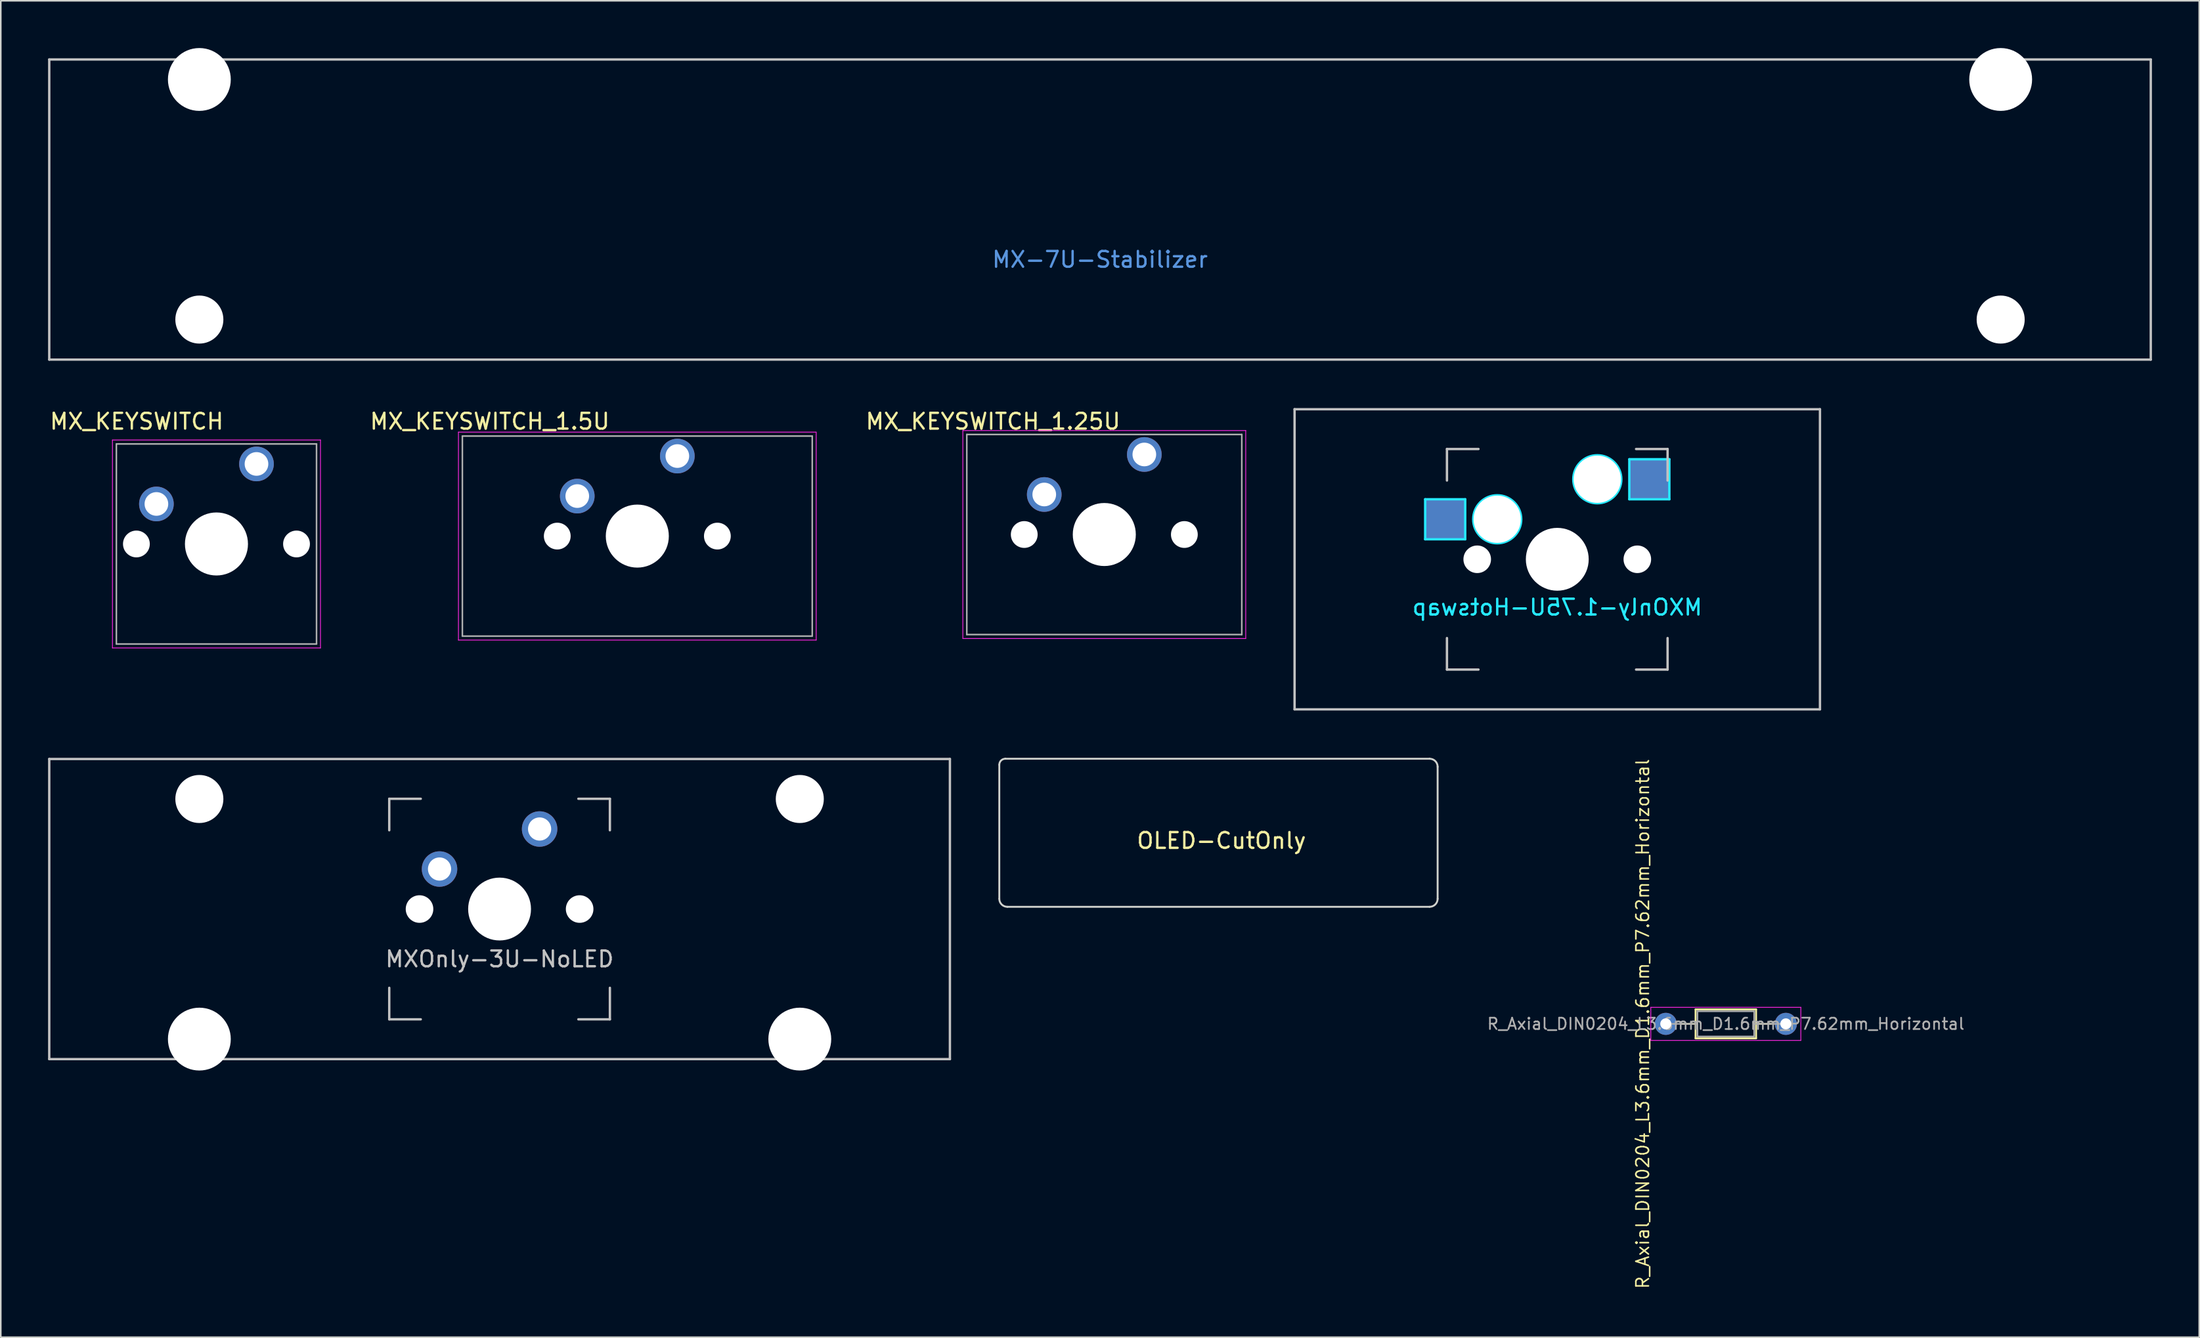
<source format=kicad_pcb>
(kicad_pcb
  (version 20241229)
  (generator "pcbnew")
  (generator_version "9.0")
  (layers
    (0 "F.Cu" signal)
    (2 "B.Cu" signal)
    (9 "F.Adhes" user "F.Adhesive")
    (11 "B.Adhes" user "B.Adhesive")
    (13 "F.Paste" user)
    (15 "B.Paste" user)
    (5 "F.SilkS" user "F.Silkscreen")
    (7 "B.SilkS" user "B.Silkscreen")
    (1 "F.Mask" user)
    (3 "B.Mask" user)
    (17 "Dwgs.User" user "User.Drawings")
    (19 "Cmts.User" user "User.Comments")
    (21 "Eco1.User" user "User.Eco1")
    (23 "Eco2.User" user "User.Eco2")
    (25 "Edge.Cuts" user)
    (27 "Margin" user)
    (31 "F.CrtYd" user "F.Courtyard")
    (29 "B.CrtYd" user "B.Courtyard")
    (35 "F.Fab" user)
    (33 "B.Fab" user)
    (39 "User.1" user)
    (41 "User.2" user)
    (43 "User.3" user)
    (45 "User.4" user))
  (footprint "MX_KEYSWITCH_1.25U"
    (layer "F.Cu")
    (at 66.962 30.897)
    (property "Reference" "MX_KEYSWITCH_1.25U" (at -7 -7.2 0) (layer "F.SilkS") (effects (font (size 1 1) (thickness 0.15))))
    (attr through_hole)
    (fp_line (start -8.915 -6.62) (end 9.035 -6.62) (stroke (width 0.05) (type solid)) (layer "F.CrtYd"))
    (fp_line (start -8.915 6.58) (end -8.915 -6.62) (stroke (width 0.05) (type solid)) (layer "F.CrtYd"))
    (fp_line (start 9.035 -6.62) (end 9.035 6.58) (stroke (width 0.05) (type solid)) (layer "F.CrtYd"))
    (fp_line (start 9.035 6.58) (end -8.915 6.58) (stroke (width 0.05) (type solid)) (layer "F.CrtYd"))
    (fp_line (start -8.665 -6.37) (end 8.785 -6.37) (stroke (width 0.1) (type solid)) (layer "F.Fab"))
    (fp_line (start -8.665 6.33) (end -8.665 -6.37) (stroke (width 0.1) (type solid)) (layer "F.Fab"))
    (fp_line (start 8.785 -6.37) (end 8.785 6.33) (stroke (width 0.1) (type solid)) (layer "F.Fab"))
    (fp_line (start 8.785 6.33) (end -8.665 6.33) (stroke (width 0.1) (type solid)) (layer "F.Fab"))
    (pad "" np_thru_hole circle (at -5.02 -0.02) (size 1.7 1.7) (drill 1.7) (layers "*.Cu" "*.Mask"))
    (pad "" np_thru_hole circle (at 0.06 -0.02) (size 4 4) (drill 4) (layers "*.Cu" "*.Mask"))
    (pad "" np_thru_hole circle (at 5.14 -0.02) (size 1.7 1.7) (drill 1.7) (layers "*.Cu" "*.Mask"))
    (pad "1" thru_hole circle (at 2.6 -5.1) (size 2.2 2.2) (drill 1.5) (layers "*.Cu" "*.Mask"))
    (pad "2" thru_hole circle (at -3.75 -2.56) (size 2.2 2.2) (drill 1.5) (layers "*.Cu" "*.Mask")))
  (footprint "MX_KEYSWITCH_1.5U"
    (layer "F.Cu")
    (at 37.33 30.997)
    (property "Reference" "MX_KEYSWITCH_1.5U" (at -9.3 -7.3 0) (layer "F.SilkS") (effects (font (size 1 1) (thickness 0.15))))
    (attr through_hole)
    (fp_line (start -11.29 -6.62) (end 11.4 -6.62) (stroke (width 0.05) (type solid)) (layer "F.CrtYd"))
    (fp_line (start -11.29 6.58) (end -11.29 -6.62) (stroke (width 0.05) (type solid)) (layer "F.CrtYd"))
    (fp_line (start 11.41 -6.62) (end 11.41 6.58) (stroke (width 0.05) (type solid)) (layer "F.CrtYd"))
    (fp_line (start 11.41 6.58) (end -11.29 6.58) (stroke (width 0.05) (type solid)) (layer "F.CrtYd"))
    (fp_line (start -11.04 -6.37) (end 11.16 -6.37) (stroke (width 0.1) (type solid)) (layer "F.Fab"))
    (fp_line (start -11.04 6.33) (end -11.04 -6.37) (stroke (width 0.1) (type solid)) (layer "F.Fab"))
    (fp_line (start 11.16 -6.37) (end 11.16 6.33) (stroke (width 0.1) (type solid)) (layer "F.Fab"))
    (fp_line (start 11.16 6.33) (end -11.04 6.33) (stroke (width 0.1) (type solid)) (layer "F.Fab"))
    (pad "" np_thru_hole circle (at -5.02 -0.02) (size 1.7 1.7) (drill 1.7) (layers "*.Cu" "*.Mask"))
    (pad "" np_thru_hole circle (at 0.06 -0.02) (size 4 4) (drill 4) (layers "*.Cu" "*.Mask"))
    (pad "" np_thru_hole circle (at 5.14 -0.02) (size 1.7 1.7) (drill 1.7) (layers "*.Cu" "*.Mask"))
    (pad "1" thru_hole circle (at 2.6 -5.1) (size 2.2 2.2) (drill 1.5) (layers "*.Cu" "*.Mask"))
    (pad "2" thru_hole circle (at -3.75 -2.56) (size 2.2 2.2) (drill 1.5) (layers "*.Cu" "*.Mask")))
  (footprint "R_Axial_DIN0204_L3.6mm_D1.6mm_P7.62mm_Horizontal"
    (layer "F.Cu")
    (at 102.65 61.937)
    (property "Reference" "R_Axial_DIN0204_L3.6mm_D1.6mm_P7.62mm_Horizontal" (at -1.464 0.001 270) (layer "F.SilkS") (effects (font (size 0.8 0.8) (thickness 0.1))))
    (attr through_hole)
    (fp_line (start 0.94 0) (end 1.89 0) (stroke (width 0.12) (type solid)) (layer "F.SilkS"))
    (fp_line (start 1.89 -0.92) (end 1.89 0.92) (stroke (width 0.12) (type solid)) (layer "F.SilkS"))
    (fp_line (start 1.89 0.92) (end 5.73 0.92) (stroke (width 0.12) (type solid)) (layer "F.SilkS"))
    (fp_line (start 5.73 -0.92) (end 1.89 -0.92) (stroke (width 0.12) (type solid)) (layer "F.SilkS"))
    (fp_line (start 5.73 0.92) (end 5.73 -0.92) (stroke (width 0.12) (type solid)) (layer "F.SilkS"))
    (fp_line (start 6.68 0) (end 5.73 0) (stroke (width 0.12) (type solid)) (layer "F.SilkS"))
    (fp_line (start -0.95 -1.05) (end -0.95 1.05) (stroke (width 0.05) (type solid)) (layer "F.CrtYd"))
    (fp_line (start -0.95 1.05) (end 8.57 1.05) (stroke (width 0.05) (type solid)) (layer "F.CrtYd"))
    (fp_line (start 8.57 -1.05) (end -0.95 -1.05) (stroke (width 0.05) (type solid)) (layer "F.CrtYd"))
    (fp_line (start 8.57 1.05) (end 8.57 -1.05) (stroke (width 0.05) (type solid)) (layer "F.CrtYd"))
    (fp_line (start 0 0) (end 2.01 0) (stroke (width 0.1) (type solid)) (layer "F.Fab"))
    (fp_line (start 2.01 -0.8) (end 2.01 0.8) (stroke (width 0.1) (type solid)) (layer "F.Fab"))
    (fp_line (start 2.01 0.8) (end 5.61 0.8) (stroke (width 0.1) (type solid)) (layer "F.Fab"))
    (fp_line (start 5.61 -0.8) (end 2.01 -0.8) (stroke (width 0.1) (type solid)) (layer "F.Fab"))
    (fp_line (start 5.61 0.8) (end 5.61 -0.8) (stroke (width 0.1) (type solid)) (layer "F.Fab"))
    (fp_line (start 7.62 0) (end 5.61 0) (stroke (width 0.1) (type solid)) (layer "F.Fab"))
    (fp_text user "${REFERENCE}" (at 3.81 0 0) (layer "F.Fab") (effects (font (size 0.72 0.72) (thickness 0.108))))
    (pad "1" thru_hole circle (at 0 0) (size 1.4 1.4) (drill 0.7) (layers "*.Cu" "*.Mask"))
    (pad "2" thru_hole oval (at 7.62 0) (size 1.4 1.4) (drill 0.7) (layers "*.Cu" "*.Mask")))
  (footprint "MX_KEYSWITCH"
    (layer "F.Cu")
    (at 10.625 31.497)
    (property "Reference" "MX_KEYSWITCH" (at -5 -7.8 0) (layer "F.SilkS") (effects (font (size 1 1) (thickness 0.15))))
    (attr through_hole)
    (fp_line (start -6.54 -6.62) (end 6.66 -6.62) (stroke (width 0.05) (type solid)) (layer "F.CrtYd"))
    (fp_line (start -6.54 6.58) (end -6.54 -6.62) (stroke (width 0.05) (type solid)) (layer "F.CrtYd"))
    (fp_line (start 6.66 -6.62) (end 6.66 6.58) (stroke (width 0.05) (type solid)) (layer "F.CrtYd"))
    (fp_line (start 6.66 6.58) (end -6.54 6.58) (stroke (width 0.05) (type solid)) (layer "F.CrtYd"))
    (fp_line (start -6.29 -6.37) (end 6.41 -6.37) (stroke (width 0.1) (type solid)) (layer "F.Fab"))
    (fp_line (start -6.29 6.33) (end -6.29 -6.37) (stroke (width 0.1) (type solid)) (layer "F.Fab"))
    (fp_line (start 6.41 -6.37) (end 6.41 6.33) (stroke (width 0.1) (type solid)) (layer "F.Fab"))
    (fp_line (start 6.41 6.33) (end -6.29 6.33) (stroke (width 0.1) (type solid)) (layer "F.Fab"))
    (pad "" np_thru_hole circle (at -5.02 -0.02) (size 1.7 1.7) (drill 1.7) (layers "*.Cu" "*.Mask"))
    (pad "" np_thru_hole circle (at 0.06 -0.02) (size 4 4) (drill 4) (layers "*.Cu" "*.Mask"))
    (pad "" np_thru_hole circle (at 5.14 -0.02) (size 1.7 1.7) (drill 1.7) (layers "*.Cu" "*.Mask"))
    (pad "1" thru_hole circle (at 2.6 -5.1) (size 2.2 2.2) (drill 1.5) (layers "*.Cu" "*.Mask"))
    (pad "2" thru_hole circle (at -3.75 -2.56) (size 2.2 2.2) (drill 1.5) (layers "*.Cu" "*.Mask")))
  (footprint "OLED-CutOnly"
    (layer "F.Cu")
    (at 74.457 49.808)
    (property "Reference" "OLED-CutOnly" (at 0 0.5 0) (layer "F.SilkS") (effects (font (size 1 1) (thickness 0.15))))
    (attr through_hole)
    (fp_line (start -14.097 4.191) (end -14.097 -4.318) (stroke (width 0.12) (type solid)) (layer "Edge.Cuts"))
    (fp_line (start -13.716 -4.699) (end 13.208 -4.699) (stroke (width 0.12) (type solid)) (layer "Edge.Cuts"))
    (fp_line (start 13.208 4.699) (end -13.589 4.699) (stroke (width 0.12) (type solid)) (layer "Edge.Cuts"))
    (fp_line (start 13.716 -4.191) (end 13.716 4.191) (stroke (width 0.12) (type solid)) (layer "Edge.Cuts"))
    (fp_arc (start -14.097 -4.318) (mid -13.985408 -4.587408) (end -13.716 -4.699) (stroke (width 0.12) (type solid)) (layer "Edge.Cuts"))
    (fp_arc (start -13.589 4.699) (mid -13.94821 4.55021) (end -14.097 4.191) (stroke (width 0.12) (type solid)) (layer "Edge.Cuts"))
    (fp_arc (start 13.208 -4.699) (mid 13.56721 -4.55021) (end 13.716 -4.191) (stroke (width 0.12) (type solid)) (layer "Edge.Cuts"))
    (fp_arc (start 13.716 4.191) (mid 13.56721 4.55021) (end 13.208 4.699) (stroke (width 0.12) (type solid)) (layer "Edge.Cuts")))
  (footprint "MXOnly-1.75U-Hotswap"
    (layer "F.Cu")
    (at 95.765 32.449)
    (property "Reference" "MXOnly-1.75U-Hotswap" (at 0 3.048 0) (layer "B.CrtYd") (effects (font (size 1 1) (thickness 0.15)) (justify mirror)))
    (attr smd)
    (fp_line (start -16.669 -9.525) (end 16.669 -9.525) (stroke (width 0.15) (type solid)) (layer "Dwgs.User"))
    (fp_line (start -16.669 9.525) (end -16.669 -9.525) (stroke (width 0.15) (type solid)) (layer "Dwgs.User"))
    (fp_line (start -7 -7) (end -7 -5) (stroke (width 0.15) (type solid)) (layer "Dwgs.User"))
    (fp_line (start -7 5) (end -7 7) (stroke (width 0.15) (type solid)) (layer "Dwgs.User"))
    (fp_line (start -7 7) (end -5 7) (stroke (width 0.15) (type solid)) (layer "Dwgs.User"))
    (fp_line (start -5 -7) (end -7 -7) (stroke (width 0.15) (type solid)) (layer "Dwgs.User"))
    (fp_line (start 5 -7) (end 7 -7) (stroke (width 0.15) (type solid)) (layer "Dwgs.User"))
    (fp_line (start 5 7) (end 7 7) (stroke (width 0.15) (type solid)) (layer "Dwgs.User"))
    (fp_line (start 7 -7) (end 7 -5) (stroke (width 0.15) (type solid)) (layer "Dwgs.User"))
    (fp_line (start 7 7) (end 7 5) (stroke (width 0.15) (type solid)) (layer "Dwgs.User"))
    (fp_line (start 16.669 -9.525) (end 16.669 9.525) (stroke (width 0.15) (type solid)) (layer "Dwgs.User"))
    (fp_line (start 16.669 9.525) (end -16.669 9.525) (stroke (width 0.15) (type solid)) (layer "Dwgs.User"))
    (fp_line (start -8.382 -3.81) (end -5.842 -3.81) (stroke (width 0.15) (type solid)) (layer "B.CrtYd"))
    (fp_line (start -8.382 -1.27) (end -8.382 -3.81) (stroke (width 0.15) (type solid)) (layer "B.CrtYd"))
    (fp_line (start -5.842 -3.81) (end -5.842 -1.27) (stroke (width 0.15) (type solid)) (layer "B.CrtYd"))
    (fp_line (start -5.842 -1.27) (end -8.382 -1.27) (stroke (width 0.15) (type solid)) (layer "B.CrtYd"))
    (fp_line (start 4.572 -6.35) (end 7.112 -6.35) (stroke (width 0.15) (type solid)) (layer "B.CrtYd"))
    (fp_line (start 4.572 -3.81) (end 4.572 -6.35) (stroke (width 0.15) (type solid)) (layer "B.CrtYd"))
    (fp_line (start 7.112 -6.35) (end 7.112 -3.81) (stroke (width 0.15) (type solid)) (layer "B.CrtYd"))
    (fp_line (start 7.112 -3.81) (end 4.572 -3.81) (stroke (width 0.15) (type solid)) (layer "B.CrtYd"))
    (fp_circle (center -3.81 -2.54) (end -3.81 -4.064) (stroke (width 0.15) (type solid)) (fill no) (layer "B.CrtYd"))
    (fp_circle (center 2.54 -5.08) (end 2.54 -6.604) (stroke (width 0.15) (type solid)) (fill no) (layer "B.CrtYd"))
    (pad "" np_thru_hole circle (at -5.08 0 48.1) (size 1.75 1.75) (drill 1.75) (layers "*.Cu" "*.Mask"))
    (pad "" np_thru_hole circle (at -3.81 -2.54) (size 3 3) (drill 3) (layers "*.Cu" "*.Mask"))
    (pad "" np_thru_hole circle (at 0 0) (size 3.988 3.988) (drill 3.988) (layers "*.Cu" "*.Mask"))
    (pad "" np_thru_hole circle (at 2.54 -5.08) (size 3 3) (drill 3) (layers "*.Cu" "*.Mask"))
    (pad "" np_thru_hole circle (at 5.08 0 48.1) (size 1.75 1.75) (drill 1.75) (layers "*.Cu" "*.Mask"))
    (pad "1" smd rect (at -7.085 -2.54) (size 2.55 2.5) (layers "B.Cu" "B.Mask" "B.Paste"))
    (pad "2" smd rect (at 5.842 -5.08) (size 2.55 2.5) (layers "B.Cu" "B.Mask" "B.Paste")))
  (footprint "MXOnly-3U-NoLED"
    (layer "F.Cu")
    (at 28.65 54.649)
    (property "Reference" "MXOnly-3U-NoLED" (at 0 3.175 0) (layer "Dwgs.User") (effects (font (size 1 1) (thickness 0.15))))
    (attr through_hole)
    (fp_line (start -28.575 -9.525) (end 28.575 -9.525) (stroke (width 0.15) (type solid)) (layer "Dwgs.User"))
    (fp_line (start -28.575 9.525) (end -28.575 -9.525) (stroke (width 0.15) (type solid)) (layer "Dwgs.User"))
    (fp_line (start -28.575 9.525) (end 28.575 9.525) (stroke (width 0.15) (type solid)) (layer "Dwgs.User"))
    (fp_line (start -7 -7) (end -7 -5) (stroke (width 0.15) (type solid)) (layer "Dwgs.User"))
    (fp_line (start -7 5) (end -7 7) (stroke (width 0.15) (type solid)) (layer "Dwgs.User"))
    (fp_line (start -7 7) (end -5 7) (stroke (width 0.15) (type solid)) (layer "Dwgs.User"))
    (fp_line (start -5 -7) (end -7 -7) (stroke (width 0.15) (type solid)) (layer "Dwgs.User"))
    (fp_line (start 5 -7) (end 7 -7) (stroke (width 0.15) (type solid)) (layer "Dwgs.User"))
    (fp_line (start 5 7) (end 7 7) (stroke (width 0.15) (type solid)) (layer "Dwgs.User"))
    (fp_line (start 7 -7) (end 7 -5) (stroke (width 0.15) (type solid)) (layer "Dwgs.User"))
    (fp_line (start 7 7) (end 7 5) (stroke (width 0.15) (type solid)) (layer "Dwgs.User"))
    (fp_line (start 28.575 -9.525) (end 28.575 9.525) (stroke (width 0.15) (type solid)) (layer "Dwgs.User"))
    (pad "" np_thru_hole circle (at -19.05 -6.985) (size 3.048 3.048) (drill 3.048) (layers "*.Cu" "*.Mask"))
    (pad "" np_thru_hole circle (at -19.05 8.255) (size 3.988 3.988) (drill 3.988) (layers "*.Cu" "*.Mask"))
    (pad "" np_thru_hole circle (at -5.08 0 48.1) (size 1.75 1.75) (drill 1.75) (layers "*.Cu" "*.Mask"))
    (pad "" np_thru_hole circle (at 0 0) (size 3.988 3.988) (drill 3.988) (layers "*.Cu" "*.Mask"))
    (pad "" np_thru_hole circle (at 5.08 0 48.1) (size 1.75 1.75) (drill 1.75) (layers "*.Cu" "*.Mask"))
    (pad "" np_thru_hole circle (at 19.05 -6.985) (size 3.048 3.048) (drill 3.048) (layers "*.Cu" "*.Mask"))
    (pad "" np_thru_hole circle (at 19.05 8.255) (size 3.988 3.988) (drill 3.988) (layers "*.Cu" "*.Mask"))
    (pad "1" thru_hole circle (at -3.81 -2.54 48.1) (size 2.25 2.25) (drill 1.47) (layers "*.Cu" "B.Mask"))
    (pad "2" thru_hole circle (at 2.54 -5.08) (size 2.25 2.25) (drill 1.47) (layers "*.Cu" "B.Mask")))
  (footprint "MX-7U-Stabilizer"
    (layer "F.Cu")
    (at 66.75 10.249)
    (property "Reference" "MX-7U-Stabilizer" (at 0 3.175 0) (layer "Cmts.User") (effects (font (size 1 1) (thickness 0.15))))
    (attr through_hole)
    (fp_line (start -66.675 -9.525) (end 66.675 -9.525) (stroke (width 0.15) (type solid)) (layer "Dwgs.User"))
    (fp_line (start -66.675 9.525) (end -66.675 -9.525) (stroke (width 0.15) (type solid)) (layer "Dwgs.User"))
    (fp_line (start -66.675 9.525) (end 66.675 9.525) (stroke (width 0.15) (type solid)) (layer "Dwgs.User"))
    (fp_line (start 66.675 -9.525) (end 66.675 9.525) (stroke (width 0.15) (type solid)) (layer "Dwgs.User"))
    (pad "" np_thru_hole circle (at -57.15 -8.255) (size 3.988 3.988) (drill 3.988) (layers "*.Cu" "*.Mask"))
    (pad "" np_thru_hole circle (at -57.15 6.985) (size 3.048 3.048) (drill 3.048) (layers "*.Cu" "*.Mask"))
    (pad "" np_thru_hole circle (at 57.15 -8.255) (size 3.988 3.988) (drill 3.988) (layers "*.Cu" "*.Mask"))
    (pad "" np_thru_hole circle (at 57.15 6.985) (size 3.048 3.048) (drill 3.048) (layers "*.Cu" "*.Mask")))
  (gr_rect
    (start -3 -3)
    (end 136.5 81.827)
    (stroke (width 0.1) (type default))
    (fill no)
    (layer "Edge.Cuts")))
</source>
